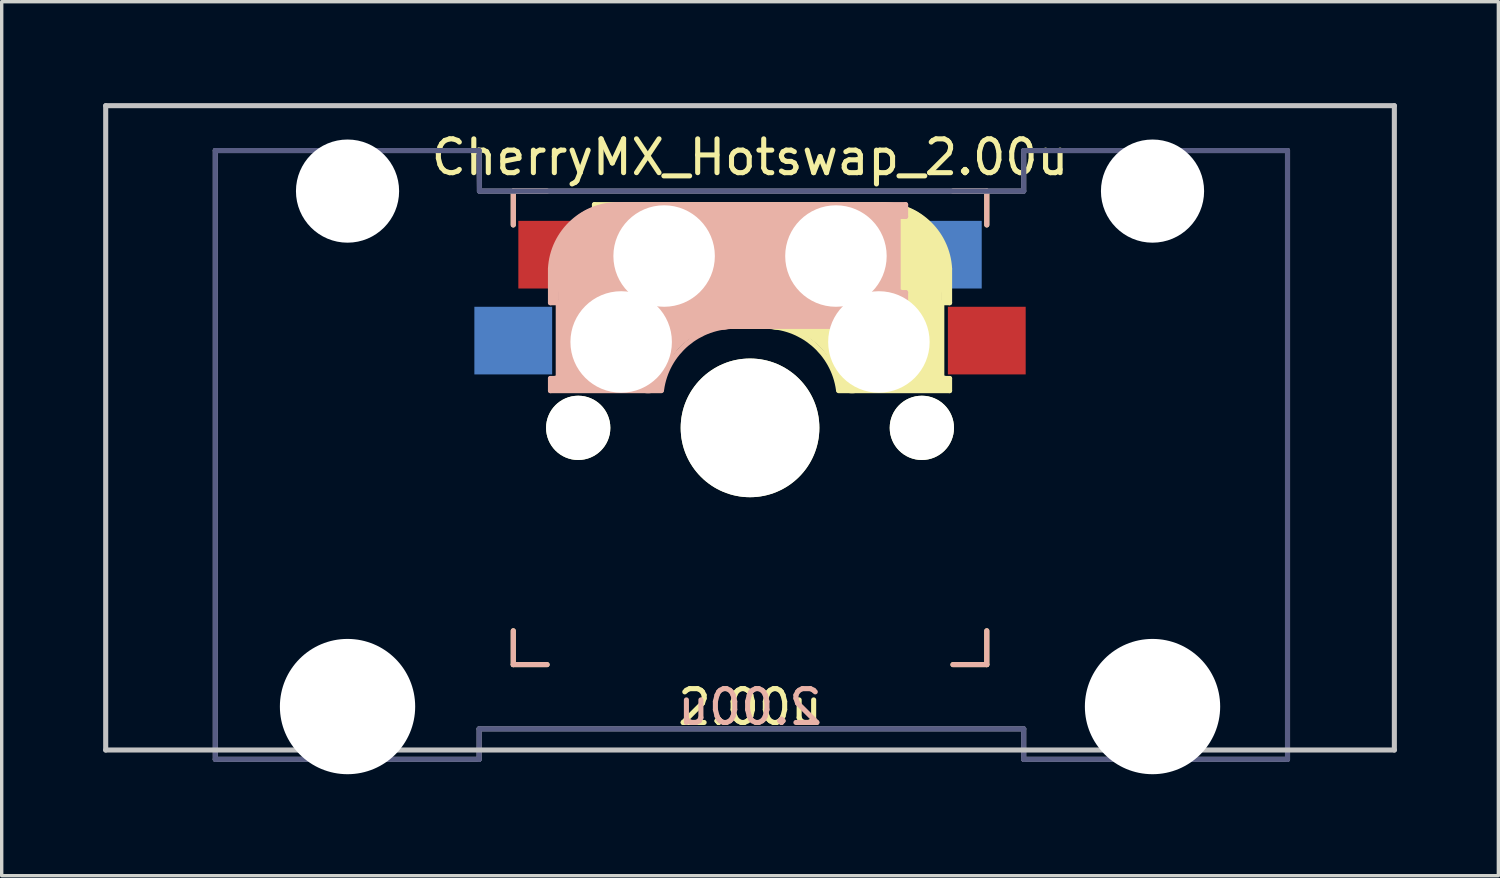
<source format=kicad_pcb>
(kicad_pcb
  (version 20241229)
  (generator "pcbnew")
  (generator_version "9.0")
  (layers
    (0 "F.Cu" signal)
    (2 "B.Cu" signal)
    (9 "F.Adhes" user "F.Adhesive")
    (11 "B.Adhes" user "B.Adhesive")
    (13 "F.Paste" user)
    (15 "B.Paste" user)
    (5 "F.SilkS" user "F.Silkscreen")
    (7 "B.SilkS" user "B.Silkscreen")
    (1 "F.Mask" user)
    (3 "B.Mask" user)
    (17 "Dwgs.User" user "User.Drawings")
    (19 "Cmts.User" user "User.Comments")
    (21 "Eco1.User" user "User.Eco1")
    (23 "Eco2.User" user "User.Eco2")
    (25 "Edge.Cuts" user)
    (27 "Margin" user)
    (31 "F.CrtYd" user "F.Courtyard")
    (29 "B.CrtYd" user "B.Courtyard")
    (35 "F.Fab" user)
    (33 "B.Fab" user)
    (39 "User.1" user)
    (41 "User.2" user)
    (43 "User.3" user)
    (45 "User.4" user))
  (footprint "CherryMX_Hotswap_2.00u"
    (layer "F.Cu")
    (at 19.125 9.6)
    (property "Reference" "CherryMX_Hotswap_2.00u" (at 0 -8 0) (layer "F.SilkS") (effects (font (size 1 1) (thickness 0.15))))
    (attr through_hole)
    (fp_line (start -7 -7) (end -6 -7) (stroke (width 0.15) (type solid)) (layer "F.SilkS"))
    (fp_line (start -7 -6) (end -7 -7) (stroke (width 0.15) (type solid)) (layer "F.SilkS"))
    (fp_line (start -7 6) (end -7 7) (stroke (width 0.15) (type solid)) (layer "F.SilkS"))
    (fp_line (start -7 7) (end -6 7) (stroke (width 0.15) (type solid)) (layer "F.SilkS"))
    (fp_line (start -4.6 -6.6) (end 3.8 -6.6) (stroke (width 0.15) (type solid)) (layer "F.SilkS"))
    (fp_line (start -4.6 -6.25) (end -4.6 -6.6) (stroke (width 0.15) (type solid)) (layer "F.SilkS"))
    (fp_line (start -4.6 -4) (end -4.4 -4) (stroke (width 0.15) (type solid)) (layer "F.SilkS"))
    (fp_line (start -4.6 -3) (end -4.6 -4) (stroke (width 0.15) (type solid)) (layer "F.SilkS"))
    (fp_line (start -4.4 -6.4) (end -3 -6.4) (stroke (width 0.4) (type solid)) (layer "F.SilkS"))
    (fp_line (start -4.4 -6.25) (end -4.6 -6.25) (stroke (width 0.15) (type solid)) (layer "F.SilkS"))
    (fp_line (start -4.4 -3.9) (end -4.4 -3.2) (stroke (width 0.4) (type solid)) (layer "F.SilkS"))
    (fp_line (start -4.38 -4) (end -4.38 -6.25) (stroke (width 0.15) (type solid)) (layer "F.SilkS"))
    (fp_line (start -4.3 -3.3) (end -2.9 -3.3) (stroke (width 0.5) (type solid)) (layer "F.SilkS"))
    (fp_line (start -3.9 -6) (end -3.9 -3.5) (stroke (width 1) (type solid)) (layer "F.SilkS"))
    (fp_line (start -2.6 -4.8) (end 4.1 -4.8) (stroke (width 3.5) (type solid)) (layer "F.SilkS"))
    (fp_line (start 0.4 -3) (end -4.6 -3) (stroke (width 0.15) (type solid)) (layer "F.SilkS"))
    (fp_line (start 4.17 -5.1) (end 4.17 -2.86) (stroke (width 3) (type solid)) (layer "F.SilkS"))
    (fp_line (start 5.3 -1.6) (end 5.3 -3.4) (stroke (width 0.8) (type solid)) (layer "F.SilkS"))
    (fp_line (start 5.67 -3.7) (end 5.67 -1.46) (stroke (width 0.15) (type solid)) (layer "F.SilkS"))
    (fp_line (start 5.7 -1.46) (end 5.9 -1.46) (stroke (width 0.15) (type solid)) (layer "F.SilkS"))
    (fp_line (start 5.7 -1.3) (end 3 -1.3) (stroke (width 0.5) (type solid)) (layer "F.SilkS"))
    (fp_line (start 5.8 -3.8) (end 5.8 -4.7) (stroke (width 0.3) (type solid)) (layer "F.SilkS"))
    (fp_line (start 5.9 -4.7) (end 5.9 -3.7) (stroke (width 0.15) (type solid)) (layer "F.SilkS"))
    (fp_line (start 5.9 -3.7) (end 5.7 -3.7) (stroke (width 0.15) (type solid)) (layer "F.SilkS"))
    (fp_line (start 5.9 -1.1) (end 2.62 -1.1) (stroke (width 0.15) (type solid)) (layer "F.SilkS"))
    (fp_line (start 5.9 -1.1) (end 5.9 -1.46) (stroke (width 0.15) (type solid)) (layer "F.SilkS"))
    (fp_line (start 6 7) (end 7 7) (stroke (width 0.15) (type solid)) (layer "F.SilkS"))
    (fp_line (start 7 -7) (end 6 -7) (stroke (width 0.15) (type solid)) (layer "F.SilkS"))
    (fp_line (start 7 -7) (end 7 -6) (stroke (width 0.15) (type solid)) (layer "F.SilkS"))
    (fp_line (start 7 7) (end 7 6) (stroke (width 0.15) (type solid)) (layer "F.SilkS"))
    (fp_arc (start 0.4 -3) (mid 1.868709 -2.486118) (end 2.616318 -1.121471) (stroke (width 0.15) (type solid)) (layer "F.SilkS"))
    (fp_arc (start 0.8 -3.4) (mid 2.268709 -2.886118) (end 3.016318 -1.521471) (stroke (width 1) (type solid)) (layer "F.SilkS"))
    (fp_arc (start 3.8 -6.600001) (mid 5.243504 -6.084925) (end 5.900001 -4.7) (stroke (width 0.15) (type solid)) (layer "F.SilkS"))
    (fp_line (start -7 -7) (end -6 -7) (stroke (width 0.15) (type solid)) (layer "B.SilkS"))
    (fp_line (start -7 -6) (end -7 -7) (stroke (width 0.15) (type solid)) (layer "B.SilkS"))
    (fp_line (start -7 6) (end -7 7) (stroke (width 0.15) (type solid)) (layer "B.SilkS"))
    (fp_line (start -7 7) (end -6 7) (stroke (width 0.15) (type solid)) (layer "B.SilkS"))
    (fp_line (start -5.9 -4.7) (end -5.9 -3.7) (stroke (width 0.15) (type solid)) (layer "B.SilkS"))
    (fp_line (start -5.9 -3.7) (end -5.7 -3.7) (stroke (width 0.15) (type solid)) (layer "B.SilkS"))
    (fp_line (start -5.9 -1.1) (end -5.9 -1.46) (stroke (width 0.15) (type solid)) (layer "B.SilkS"))
    (fp_line (start -5.9 -1.1) (end -2.62 -1.1) (stroke (width 0.15) (type solid)) (layer "B.SilkS"))
    (fp_line (start -5.8 -3.8) (end -5.8 -4.7) (stroke (width 0.3) (type solid)) (layer "B.SilkS"))
    (fp_line (start -5.7 -1.46) (end -5.9 -1.46) (stroke (width 0.15) (type solid)) (layer "B.SilkS"))
    (fp_line (start -5.7 -1.3) (end -3 -1.3) (stroke (width 0.5) (type solid)) (layer "B.SilkS"))
    (fp_line (start -5.67 -3.7) (end -5.67 -1.46) (stroke (width 0.15) (type solid)) (layer "B.SilkS"))
    (fp_line (start -5.3 -1.6) (end -5.3 -3.4) (stroke (width 0.8) (type solid)) (layer "B.SilkS"))
    (fp_line (start -4.17 -5.1) (end -4.17 -2.86) (stroke (width 3) (type solid)) (layer "B.SilkS"))
    (fp_line (start -0.4 -3) (end 4.6 -3) (stroke (width 0.15) (type solid)) (layer "B.SilkS"))
    (fp_line (start 2.6 -4.8) (end -4.1 -4.8) (stroke (width 3.5) (type solid)) (layer "B.SilkS"))
    (fp_line (start 3.9 -6) (end 3.9 -3.5) (stroke (width 1) (type solid)) (layer "B.SilkS"))
    (fp_line (start 4.3 -3.3) (end 2.9 -3.3) (stroke (width 0.5) (type solid)) (layer "B.SilkS"))
    (fp_line (start 4.38 -4) (end 4.38 -6.25) (stroke (width 0.15) (type solid)) (layer "B.SilkS"))
    (fp_line (start 4.4 -6.4) (end 3 -6.4) (stroke (width 0.4) (type solid)) (layer "B.SilkS"))
    (fp_line (start 4.4 -6.25) (end 4.6 -6.25) (stroke (width 0.15) (type solid)) (layer "B.SilkS"))
    (fp_line (start 4.4 -3.9) (end 4.4 -3.2) (stroke (width 0.4) (type solid)) (layer "B.SilkS"))
    (fp_line (start 4.6 -6.6) (end -3.8 -6.6) (stroke (width 0.15) (type solid)) (layer "B.SilkS"))
    (fp_line (start 4.6 -6.25) (end 4.6 -6.6) (stroke (width 0.15) (type solid)) (layer "B.SilkS"))
    (fp_line (start 4.6 -4) (end 4.4 -4) (stroke (width 0.15) (type solid)) (layer "B.SilkS"))
    (fp_line (start 4.6 -3) (end 4.6 -4) (stroke (width 0.15) (type solid)) (layer "B.SilkS"))
    (fp_line (start 6 7) (end 7 7) (stroke (width 0.15) (type solid)) (layer "B.SilkS"))
    (fp_line (start 7 -7) (end 6 -7) (stroke (width 0.15) (type solid)) (layer "B.SilkS"))
    (fp_line (start 7 -7) (end 7 -6) (stroke (width 0.15) (type solid)) (layer "B.SilkS"))
    (fp_line (start 7 7) (end 7 6) (stroke (width 0.15) (type solid)) (layer "B.SilkS"))
    (fp_arc (start -5.9 -4.699999) (mid -5.243504 -6.084924) (end -3.800001 -6.6) (stroke (width 0.15) (type solid)) (layer "B.SilkS"))
    (fp_arc (start -3.016318 -1.521471) (mid -2.268709 -2.886118) (end -0.8 -3.4) (stroke (width 1) (type solid)) (layer "B.SilkS"))
    (fp_arc (start -2.616318 -1.121471) (mid -1.868709 -2.486118) (end -0.4 -3) (stroke (width 0.15) (type solid)) (layer "B.SilkS"))
    (fp_line (start -19.05 -9.525) (end 19.05 -9.525) (stroke (width 0.15) (type solid)) (layer "Dwgs.User"))
    (fp_line (start -19.05 9.525) (end -19.05 -9.525) (stroke (width 0.15) (type solid)) (layer "Dwgs.User"))
    (fp_line (start 19.05 -9.525) (end 19.05 9.525) (stroke (width 0.15) (type solid)) (layer "Dwgs.User"))
    (fp_line (start 19.05 9.525) (end -19.05 9.525) (stroke (width 0.15) (type solid)) (layer "Dwgs.User"))
    (fp_line (start -15.809 9.8) (end -8.009 9.8) (stroke (width 0.15) (type solid)) (layer "B.Fab"))
    (fp_line (start -15.809 -8.2) (end -15.809 9.8) (stroke (width 0.15) (type solid)) (layer "B.Fab"))
    (fp_line (start -8.009 -8.2) (end -15.809 -8.2) (stroke (width 0.15) (type solid)) (layer "B.Fab"))
    (fp_line (start -8.009 8.9) (end 8.091 8.9) (stroke (width 0.15) (type solid)) (layer "B.Fab"))
    (fp_line (start -8.009 9.8) (end -8.009 8.9) (stroke (width 0.15) (type solid)) (layer "B.Fab"))
    (fp_line (start -8 -7) (end -8.009 -8.2) (stroke (width 0.15) (type solid)) (layer "B.Fab"))
    (fp_line (start 8.091 9.8) (end 8.091 8.9) (stroke (width 0.15) (type solid)) (layer "B.Fab"))
    (fp_line (start 8.091 9.8) (end 15.891 9.8) (stroke (width 0.15) (type solid)) (layer "B.Fab"))
    (fp_line (start 8.091 -8.2) (end 8.091 -7) (stroke (width 0.15) (type solid)) (layer "B.Fab"))
    (fp_line (start 8.091 -7) (end -8 -7) (stroke (width 0.15) (type solid)) (layer "B.Fab"))
    (fp_line (start 15.891 -8.2) (end 8.091 -8.2) (stroke (width 0.15) (type solid)) (layer "B.Fab"))
    (fp_line (start 15.891 9.8) (end 15.891 -8.2) (stroke (width 0.15) (type solid)) (layer "B.Fab"))
    (fp_line (start -15.809 9.8) (end -8.009 9.8) (stroke (width 0.15) (type solid)) (layer "F.Fab"))
    (fp_line (start -15.809 -8.2) (end -15.809 9.8) (stroke (width 0.15) (type solid)) (layer "F.Fab"))
    (fp_line (start -8.009 -8.2) (end -15.809 -8.2) (stroke (width 0.15) (type solid)) (layer "F.Fab"))
    (fp_line (start -8.009 8.9) (end 8.091 8.9) (stroke (width 0.15) (type solid)) (layer "F.Fab"))
    (fp_line (start -8.009 9.8) (end -8.009 8.9) (stroke (width 0.15) (type solid)) (layer "F.Fab"))
    (fp_line (start -8 -7) (end -8.009 -8.2) (stroke (width 0.15) (type solid)) (layer "F.Fab"))
    (fp_line (start 8.091 9.8) (end 8.091 8.9) (stroke (width 0.15) (type solid)) (layer "F.Fab"))
    (fp_line (start 8.091 9.8) (end 15.891 9.8) (stroke (width 0.15) (type solid)) (layer "F.Fab"))
    (fp_line (start 8.091 -8.2) (end 8.091 -7) (stroke (width 0.15) (type solid)) (layer "F.Fab"))
    (fp_line (start 8.091 -7) (end -8 -7) (stroke (width 0.15) (type solid)) (layer "F.Fab"))
    (fp_line (start 15.891 -8.2) (end 8.091 -8.2) (stroke (width 0.15) (type solid)) (layer "F.Fab"))
    (fp_line (start 15.891 9.8) (end 15.891 -8.2) (stroke (width 0.15) (type solid)) (layer "F.Fab"))
    (fp_text user "2.00u" (at 0 8.255 0) (layer "F.SilkS") (effects (font (size 1 1) (thickness 0.15))))
    (fp_text user "2.00u" (at 0 8.255 0) (layer "B.SilkS") (effects (font (size 1 1) (thickness 0.15)) (justify mirror)))
    (pad "" np_thru_hole circle (at -11.9 -7) (size 3.05 3.05) (drill 3.05) (layers "*.Cu" "*.Mask"))
    (pad "" np_thru_hole circle (at -11.9 8.24) (size 4 4) (drill 4) (layers "*.Cu" "*.Mask"))
    (pad "" np_thru_hole circle (at -5.08 0) (size 1.9 1.9) (drill 1.9) (layers "*.Cu" "*.Mask" "F.SilkS"))
    (pad "" np_thru_hole circle (at -3.81 -2.54 180) (size 3 3) (drill 3) (layers "*.Cu" "*.Mask"))
    (pad "" np_thru_hole circle (at -2.54 -5.08 180) (size 3 3) (drill 3) (layers "*.Cu" "*.Mask"))
    (pad "" np_thru_hole circle (at 0 0 90) (size 4.1 4.1) (drill 4.1) (layers "*.Cu" "*.Mask" "F.SilkS"))
    (pad "" np_thru_hole circle (at 2.54 -5.08 180) (size 3 3) (drill 3) (layers "*.Cu" "*.Mask"))
    (pad "" np_thru_hole circle (at 3.81 -2.54 180) (size 3 3) (drill 3) (layers "*.Cu" "*.Mask"))
    (pad "" np_thru_hole circle (at 5.08 0) (size 1.9 1.9) (drill 1.9) (layers "*.Cu" "*.Mask" "F.SilkS"))
    (pad "" np_thru_hole circle (at 11.9 -7) (size 3.05 3.05) (drill 3.05) (layers "*.Cu" "*.Mask"))
    (pad "" np_thru_hole circle (at 11.9 8.24) (size 4 4) (drill 4) (layers "*.Cu" "*.Mask"))
    (pad "1" smd rect (at -7 -2.58 180) (size 2.3 2) (layers "B.Cu" "B.Mask" "B.Paste"))
    (pad "1" smd rect (at 7 -2.58 180) (size 2.3 2) (layers "F.Cu" "F.Mask" "F.Paste"))
    (pad "2" smd rect (at -5.7 -5.12 180) (size 2.3 2) (layers "F.Cu" "F.Mask" "F.Paste"))
    (pad "2" smd rect (at 5.7 -5.12 180) (size 2.3 2) (layers "B.Cu" "B.Mask" "B.Paste")))
  (gr_rect
    (start -3 -3)
    (end 41.25 22.84)
    (stroke (width 0.1) (type default))
    (fill no)
    (layer "Edge.Cuts")))
</source>
